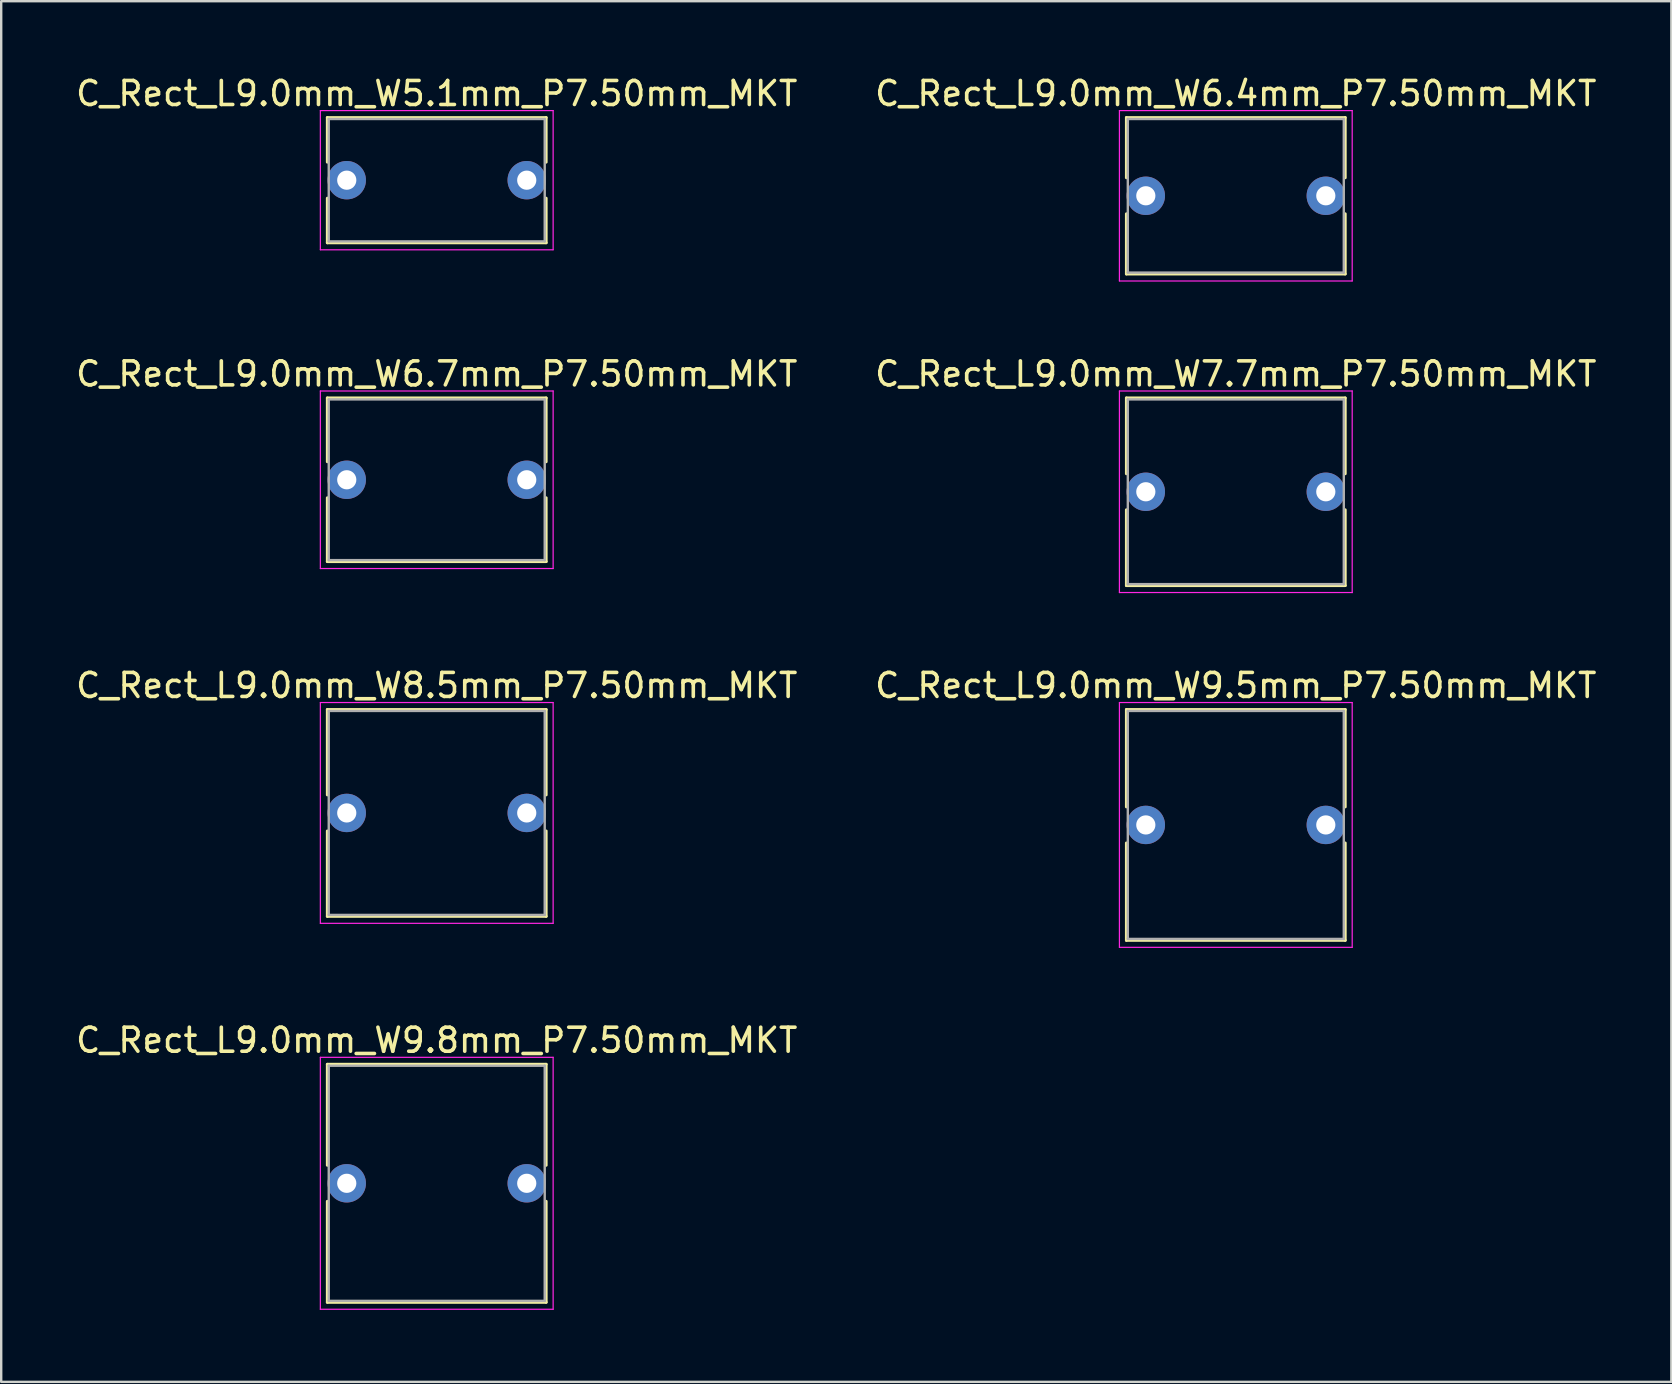
<source format=kicad_pcb>
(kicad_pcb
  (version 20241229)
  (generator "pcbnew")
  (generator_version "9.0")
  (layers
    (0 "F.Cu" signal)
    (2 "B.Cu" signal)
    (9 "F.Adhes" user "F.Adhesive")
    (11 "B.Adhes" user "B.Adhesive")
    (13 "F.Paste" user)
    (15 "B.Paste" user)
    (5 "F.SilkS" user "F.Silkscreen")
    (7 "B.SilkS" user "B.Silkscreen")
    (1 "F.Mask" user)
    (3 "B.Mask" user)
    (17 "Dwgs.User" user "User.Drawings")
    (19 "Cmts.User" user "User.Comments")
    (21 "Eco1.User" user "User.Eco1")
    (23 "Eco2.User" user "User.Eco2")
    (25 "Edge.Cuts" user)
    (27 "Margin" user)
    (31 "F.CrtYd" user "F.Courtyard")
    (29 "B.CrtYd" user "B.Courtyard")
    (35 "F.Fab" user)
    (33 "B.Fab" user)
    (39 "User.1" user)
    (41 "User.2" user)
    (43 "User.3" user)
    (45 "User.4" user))
  (footprint "C_Rect_L9.0mm_W9.8mm_P7.50mm_MKT"
    (layer "F.Cu")
    (at 11.399 46.258)
    (property "Reference" "C_Rect_L9.0mm_W9.8mm_P7.50mm_MKT" (at 3.75 -5.96 0) (layer "F.SilkS") (effects (font (size 1 1) (thickness 0.15))))
    (attr through_hole)
    (fp_line (start -0.81 -4.96) (end -0.81 -0.75) (stroke (width 0.12) (type solid)) (layer "F.SilkS"))
    (fp_line (start -0.81 -4.96) (end 8.31 -4.96) (stroke (width 0.12) (type solid)) (layer "F.SilkS"))
    (fp_line (start -0.81 0.75) (end -0.81 4.96) (stroke (width 0.12) (type solid)) (layer "F.SilkS"))
    (fp_line (start -0.81 4.96) (end 8.31 4.96) (stroke (width 0.12) (type solid)) (layer "F.SilkS"))
    (fp_line (start 8.31 -4.96) (end 8.31 -0.75) (stroke (width 0.12) (type solid)) (layer "F.SilkS"))
    (fp_line (start 8.31 0.75) (end 8.31 4.96) (stroke (width 0.12) (type solid)) (layer "F.SilkS"))
    (fp_line (start -1.1 -5.25) (end -1.1 5.25) (stroke (width 0.05) (type solid)) (layer "F.CrtYd"))
    (fp_line (start -1.1 5.25) (end 8.6 5.25) (stroke (width 0.05) (type solid)) (layer "F.CrtYd"))
    (fp_line (start 8.6 -5.25) (end -1.1 -5.25) (stroke (width 0.05) (type solid)) (layer "F.CrtYd"))
    (fp_line (start 8.6 5.25) (end 8.6 -5.25) (stroke (width 0.05) (type solid)) (layer "F.CrtYd"))
    (fp_line (start -0.75 -4.9) (end -0.75 4.9) (stroke (width 0.1) (type solid)) (layer "F.Fab"))
    (fp_line (start -0.75 4.9) (end 8.25 4.9) (stroke (width 0.1) (type solid)) (layer "F.Fab"))
    (fp_line (start 8.25 -4.9) (end -0.75 -4.9) (stroke (width 0.1) (type solid)) (layer "F.Fab"))
    (fp_line (start 8.25 4.9) (end 8.25 -4.9) (stroke (width 0.1) (type solid)) (layer "F.Fab"))
    (pad "1" thru_hole circle (at 0 0) (size 1.6 1.6) (drill 0.8) (layers "*.Cu" "*.Mask"))
    (pad "2" thru_hole circle (at 7.5 0) (size 1.6 1.6) (drill 0.8) (layers "*.Cu" "*.Mask")))
  (footprint "C_Rect_L9.0mm_W6.7mm_P7.50mm_MKT"
    (layer "F.Cu")
    (at 11.399 16.942)
    (property "Reference" "C_Rect_L9.0mm_W6.7mm_P7.50mm_MKT" (at 3.75 -4.41 0) (layer "F.SilkS") (effects (font (size 1 1) (thickness 0.15))))
    (attr through_hole)
    (fp_line (start -0.81 -3.41) (end -0.81 -0.75) (stroke (width 0.12) (type solid)) (layer "F.SilkS"))
    (fp_line (start -0.81 -3.41) (end 8.31 -3.41) (stroke (width 0.12) (type solid)) (layer "F.SilkS"))
    (fp_line (start -0.81 0.75) (end -0.81 3.41) (stroke (width 0.12) (type solid)) (layer "F.SilkS"))
    (fp_line (start -0.81 3.41) (end 8.31 3.41) (stroke (width 0.12) (type solid)) (layer "F.SilkS"))
    (fp_line (start 8.31 -3.41) (end 8.31 -0.75) (stroke (width 0.12) (type solid)) (layer "F.SilkS"))
    (fp_line (start 8.31 0.75) (end 8.31 3.41) (stroke (width 0.12) (type solid)) (layer "F.SilkS"))
    (fp_line (start -1.1 -3.7) (end -1.1 3.7) (stroke (width 0.05) (type solid)) (layer "F.CrtYd"))
    (fp_line (start -1.1 3.7) (end 8.6 3.7) (stroke (width 0.05) (type solid)) (layer "F.CrtYd"))
    (fp_line (start 8.6 -3.7) (end -1.1 -3.7) (stroke (width 0.05) (type solid)) (layer "F.CrtYd"))
    (fp_line (start 8.6 3.7) (end 8.6 -3.7) (stroke (width 0.05) (type solid)) (layer "F.CrtYd"))
    (fp_line (start -0.75 -3.35) (end -0.75 3.35) (stroke (width 0.1) (type solid)) (layer "F.Fab"))
    (fp_line (start -0.75 3.35) (end 8.25 3.35) (stroke (width 0.1) (type solid)) (layer "F.Fab"))
    (fp_line (start 8.25 -3.35) (end -0.75 -3.35) (stroke (width 0.1) (type solid)) (layer "F.Fab"))
    (fp_line (start 8.25 3.35) (end 8.25 -3.35) (stroke (width 0.1) (type solid)) (layer "F.Fab"))
    (pad "1" thru_hole circle (at 0 0) (size 1.6 1.6) (drill 0.8) (layers "*.Cu" "*.Mask"))
    (pad "2" thru_hole circle (at 7.5 0) (size 1.6 1.6) (drill 0.8) (layers "*.Cu" "*.Mask")))
  (footprint "C_Rect_L9.0mm_W5.1mm_P7.50mm_MKT"
    (layer "F.Cu")
    (at 11.399 4.458)
    (property "Reference" "C_Rect_L9.0mm_W5.1mm_P7.50mm_MKT" (at 3.75 -3.61 0) (layer "F.SilkS") (effects (font (size 1 1) (thickness 0.15))))
    (attr through_hole)
    (fp_line (start -0.81 -2.61) (end -0.81 -0.75) (stroke (width 0.12) (type solid)) (layer "F.SilkS"))
    (fp_line (start -0.81 -2.61) (end 8.31 -2.61) (stroke (width 0.12) (type solid)) (layer "F.SilkS"))
    (fp_line (start -0.81 0.75) (end -0.81 2.61) (stroke (width 0.12) (type solid)) (layer "F.SilkS"))
    (fp_line (start -0.81 2.61) (end 8.31 2.61) (stroke (width 0.12) (type solid)) (layer "F.SilkS"))
    (fp_line (start 8.31 -2.61) (end 8.31 -0.75) (stroke (width 0.12) (type solid)) (layer "F.SilkS"))
    (fp_line (start 8.31 0.75) (end 8.31 2.61) (stroke (width 0.12) (type solid)) (layer "F.SilkS"))
    (fp_line (start -1.1 -2.9) (end -1.1 2.9) (stroke (width 0.05) (type solid)) (layer "F.CrtYd"))
    (fp_line (start -1.1 2.9) (end 8.6 2.9) (stroke (width 0.05) (type solid)) (layer "F.CrtYd"))
    (fp_line (start 8.6 -2.9) (end -1.1 -2.9) (stroke (width 0.05) (type solid)) (layer "F.CrtYd"))
    (fp_line (start 8.6 2.9) (end 8.6 -2.9) (stroke (width 0.05) (type solid)) (layer "F.CrtYd"))
    (fp_line (start -0.75 -2.55) (end -0.75 2.55) (stroke (width 0.1) (type solid)) (layer "F.Fab"))
    (fp_line (start -0.75 2.55) (end 8.25 2.55) (stroke (width 0.1) (type solid)) (layer "F.Fab"))
    (fp_line (start 8.25 -2.55) (end -0.75 -2.55) (stroke (width 0.1) (type solid)) (layer "F.Fab"))
    (fp_line (start 8.25 2.55) (end 8.25 -2.55) (stroke (width 0.1) (type solid)) (layer "F.Fab"))
    (pad "1" thru_hole circle (at 0 0) (size 1.6 1.6) (drill 0.8) (layers "*.Cu" "*.Mask"))
    (pad "2" thru_hole circle (at 7.5 0) (size 1.6 1.6) (drill 0.8) (layers "*.Cu" "*.Mask")))
  (footprint "C_Rect_L9.0mm_W7.7mm_P7.50mm_MKT"
    (layer "F.Cu")
    (at 44.696 17.442)
    (property "Reference" "C_Rect_L9.0mm_W7.7mm_P7.50mm_MKT" (at 3.75 -4.91 0) (layer "F.SilkS") (effects (font (size 1 1) (thickness 0.15))))
    (attr through_hole)
    (fp_line (start -0.81 -3.91) (end -0.81 -0.75) (stroke (width 0.12) (type solid)) (layer "F.SilkS"))
    (fp_line (start -0.81 -3.91) (end 8.31 -3.91) (stroke (width 0.12) (type solid)) (layer "F.SilkS"))
    (fp_line (start -0.81 0.75) (end -0.81 3.91) (stroke (width 0.12) (type solid)) (layer "F.SilkS"))
    (fp_line (start -0.81 3.91) (end 8.31 3.91) (stroke (width 0.12) (type solid)) (layer "F.SilkS"))
    (fp_line (start 8.31 -3.91) (end 8.31 -0.75) (stroke (width 0.12) (type solid)) (layer "F.SilkS"))
    (fp_line (start 8.31 0.75) (end 8.31 3.91) (stroke (width 0.12) (type solid)) (layer "F.SilkS"))
    (fp_line (start -1.1 -4.2) (end -1.1 4.2) (stroke (width 0.05) (type solid)) (layer "F.CrtYd"))
    (fp_line (start -1.1 4.2) (end 8.6 4.2) (stroke (width 0.05) (type solid)) (layer "F.CrtYd"))
    (fp_line (start 8.6 -4.2) (end -1.1 -4.2) (stroke (width 0.05) (type solid)) (layer "F.CrtYd"))
    (fp_line (start 8.6 4.2) (end 8.6 -4.2) (stroke (width 0.05) (type solid)) (layer "F.CrtYd"))
    (fp_line (start -0.75 -3.85) (end -0.75 3.85) (stroke (width 0.1) (type solid)) (layer "F.Fab"))
    (fp_line (start -0.75 3.85) (end 8.25 3.85) (stroke (width 0.1) (type solid)) (layer "F.Fab"))
    (fp_line (start 8.25 -3.85) (end -0.75 -3.85) (stroke (width 0.1) (type solid)) (layer "F.Fab"))
    (fp_line (start 8.25 3.85) (end 8.25 -3.85) (stroke (width 0.1) (type solid)) (layer "F.Fab"))
    (pad "1" thru_hole circle (at 0 0) (size 1.6 1.6) (drill 0.8) (layers "*.Cu" "*.Mask"))
    (pad "2" thru_hole circle (at 7.5 0) (size 1.6 1.6) (drill 0.8) (layers "*.Cu" "*.Mask")))
  (footprint "C_Rect_L9.0mm_W6.4mm_P7.50mm_MKT"
    (layer "F.Cu")
    (at 44.696 5.108)
    (property "Reference" "C_Rect_L9.0mm_W6.4mm_P7.50mm_MKT" (at 3.75 -4.26 0) (layer "F.SilkS") (effects (font (size 1 1) (thickness 0.15))))
    (attr through_hole)
    (fp_line (start -0.81 -3.26) (end -0.81 -0.75) (stroke (width 0.12) (type solid)) (layer "F.SilkS"))
    (fp_line (start -0.81 -3.26) (end 8.31 -3.26) (stroke (width 0.12) (type solid)) (layer "F.SilkS"))
    (fp_line (start -0.81 0.75) (end -0.81 3.26) (stroke (width 0.12) (type solid)) (layer "F.SilkS"))
    (fp_line (start -0.81 3.26) (end 8.31 3.26) (stroke (width 0.12) (type solid)) (layer "F.SilkS"))
    (fp_line (start 8.31 -3.26) (end 8.31 -0.75) (stroke (width 0.12) (type solid)) (layer "F.SilkS"))
    (fp_line (start 8.31 0.75) (end 8.31 3.26) (stroke (width 0.12) (type solid)) (layer "F.SilkS"))
    (fp_line (start -1.1 -3.55) (end -1.1 3.55) (stroke (width 0.05) (type solid)) (layer "F.CrtYd"))
    (fp_line (start -1.1 3.55) (end 8.6 3.55) (stroke (width 0.05) (type solid)) (layer "F.CrtYd"))
    (fp_line (start 8.6 -3.55) (end -1.1 -3.55) (stroke (width 0.05) (type solid)) (layer "F.CrtYd"))
    (fp_line (start 8.6 3.55) (end 8.6 -3.55) (stroke (width 0.05) (type solid)) (layer "F.CrtYd"))
    (fp_line (start -0.75 -3.2) (end -0.75 3.2) (stroke (width 0.1) (type solid)) (layer "F.Fab"))
    (fp_line (start -0.75 3.2) (end 8.25 3.2) (stroke (width 0.1) (type solid)) (layer "F.Fab"))
    (fp_line (start 8.25 -3.2) (end -0.75 -3.2) (stroke (width 0.1) (type solid)) (layer "F.Fab"))
    (fp_line (start 8.25 3.2) (end 8.25 -3.2) (stroke (width 0.1) (type solid)) (layer "F.Fab"))
    (pad "1" thru_hole circle (at 0 0) (size 1.6 1.6) (drill 0.8) (layers "*.Cu" "*.Mask"))
    (pad "2" thru_hole circle (at 7.5 0) (size 1.6 1.6) (drill 0.8) (layers "*.Cu" "*.Mask")))
  (footprint "C_Rect_L9.0mm_W9.5mm_P7.50mm_MKT"
    (layer "F.Cu")
    (at 44.696 31.325)
    (property "Reference" "C_Rect_L9.0mm_W9.5mm_P7.50mm_MKT" (at 3.75 -5.81 0) (layer "F.SilkS") (effects (font (size 1 1) (thickness 0.15))))
    (attr through_hole)
    (fp_line (start -0.81 -4.81) (end -0.81 -0.75) (stroke (width 0.12) (type solid)) (layer "F.SilkS"))
    (fp_line (start -0.81 -4.81) (end 8.31 -4.81) (stroke (width 0.12) (type solid)) (layer "F.SilkS"))
    (fp_line (start -0.81 0.75) (end -0.81 4.81) (stroke (width 0.12) (type solid)) (layer "F.SilkS"))
    (fp_line (start -0.81 4.81) (end 8.31 4.81) (stroke (width 0.12) (type solid)) (layer "F.SilkS"))
    (fp_line (start 8.31 -4.81) (end 8.31 -0.75) (stroke (width 0.12) (type solid)) (layer "F.SilkS"))
    (fp_line (start 8.31 0.75) (end 8.31 4.81) (stroke (width 0.12) (type solid)) (layer "F.SilkS"))
    (fp_line (start -1.1 -5.1) (end -1.1 5.1) (stroke (width 0.05) (type solid)) (layer "F.CrtYd"))
    (fp_line (start -1.1 5.1) (end 8.6 5.1) (stroke (width 0.05) (type solid)) (layer "F.CrtYd"))
    (fp_line (start 8.6 -5.1) (end -1.1 -5.1) (stroke (width 0.05) (type solid)) (layer "F.CrtYd"))
    (fp_line (start 8.6 5.1) (end 8.6 -5.1) (stroke (width 0.05) (type solid)) (layer "F.CrtYd"))
    (fp_line (start -0.75 -4.75) (end -0.75 4.75) (stroke (width 0.1) (type solid)) (layer "F.Fab"))
    (fp_line (start -0.75 4.75) (end 8.25 4.75) (stroke (width 0.1) (type solid)) (layer "F.Fab"))
    (fp_line (start 8.25 -4.75) (end -0.75 -4.75) (stroke (width 0.1) (type solid)) (layer "F.Fab"))
    (fp_line (start 8.25 4.75) (end 8.25 -4.75) (stroke (width 0.1) (type solid)) (layer "F.Fab"))
    (pad "1" thru_hole circle (at 0 0) (size 1.6 1.6) (drill 0.8) (layers "*.Cu" "*.Mask"))
    (pad "2" thru_hole circle (at 7.5 0) (size 1.6 1.6) (drill 0.8) (layers "*.Cu" "*.Mask")))
  (footprint "C_Rect_L9.0mm_W8.5mm_P7.50mm_MKT"
    (layer "F.Cu")
    (at 11.399 30.825)
    (property "Reference" "C_Rect_L9.0mm_W8.5mm_P7.50mm_MKT" (at 3.75 -5.31 0) (layer "F.SilkS") (effects (font (size 1 1) (thickness 0.15))))
    (attr through_hole)
    (fp_line (start -0.81 -4.31) (end -0.81 -0.75) (stroke (width 0.12) (type solid)) (layer "F.SilkS"))
    (fp_line (start -0.81 -4.31) (end 8.31 -4.31) (stroke (width 0.12) (type solid)) (layer "F.SilkS"))
    (fp_line (start -0.81 0.75) (end -0.81 4.31) (stroke (width 0.12) (type solid)) (layer "F.SilkS"))
    (fp_line (start -0.81 4.31) (end 8.31 4.31) (stroke (width 0.12) (type solid)) (layer "F.SilkS"))
    (fp_line (start 8.31 -4.31) (end 8.31 -0.75) (stroke (width 0.12) (type solid)) (layer "F.SilkS"))
    (fp_line (start 8.31 0.75) (end 8.31 4.31) (stroke (width 0.12) (type solid)) (layer "F.SilkS"))
    (fp_line (start -1.1 -4.6) (end -1.1 4.6) (stroke (width 0.05) (type solid)) (layer "F.CrtYd"))
    (fp_line (start -1.1 4.6) (end 8.6 4.6) (stroke (width 0.05) (type solid)) (layer "F.CrtYd"))
    (fp_line (start 8.6 -4.6) (end -1.1 -4.6) (stroke (width 0.05) (type solid)) (layer "F.CrtYd"))
    (fp_line (start 8.6 4.6) (end 8.6 -4.6) (stroke (width 0.05) (type solid)) (layer "F.CrtYd"))
    (fp_line (start -0.75 -4.25) (end -0.75 4.25) (stroke (width 0.1) (type solid)) (layer "F.Fab"))
    (fp_line (start -0.75 4.25) (end 8.25 4.25) (stroke (width 0.1) (type solid)) (layer "F.Fab"))
    (fp_line (start 8.25 -4.25) (end -0.75 -4.25) (stroke (width 0.1) (type solid)) (layer "F.Fab"))
    (fp_line (start 8.25 4.25) (end 8.25 -4.25) (stroke (width 0.1) (type solid)) (layer "F.Fab"))
    (pad "1" thru_hole circle (at 0 0) (size 1.6 1.6) (drill 0.8) (layers "*.Cu" "*.Mask"))
    (pad "2" thru_hole circle (at 7.5 0) (size 1.6 1.6) (drill 0.8) (layers "*.Cu" "*.Mask")))
  (gr_rect
    (start -3 -3)
    (end 66.595 54.533)
    (stroke (width 0.1) (type default))
    (fill no)
    (layer "Edge.Cuts")))
</source>
